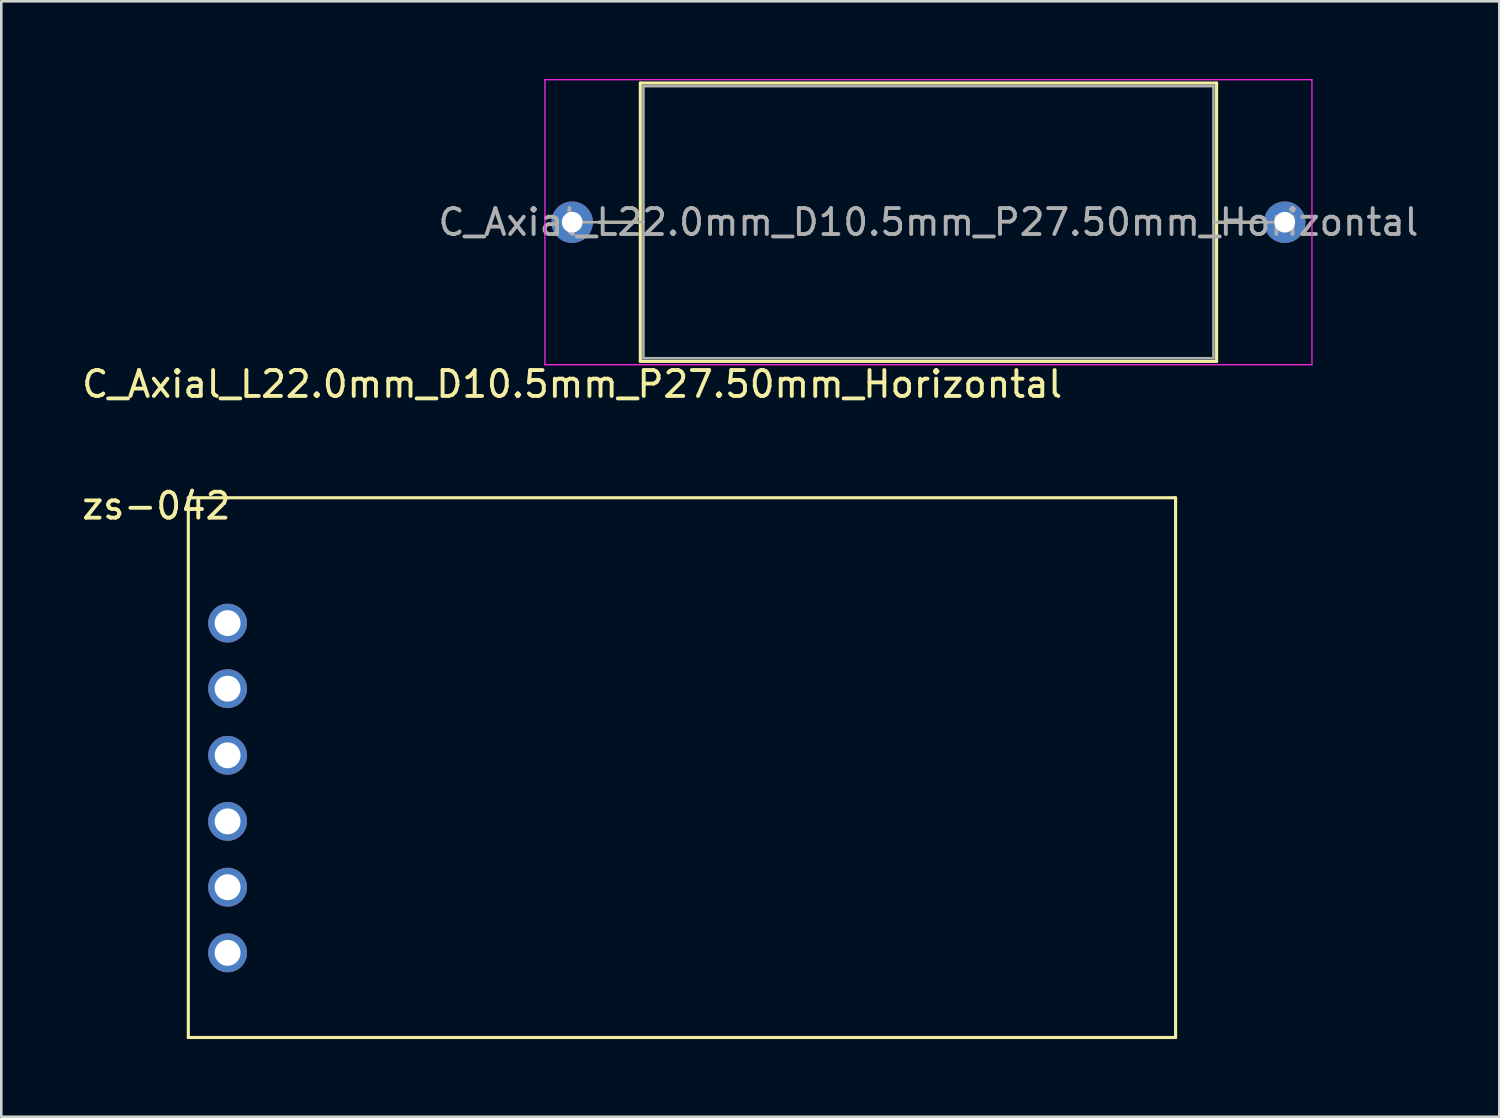
<source format=kicad_pcb>
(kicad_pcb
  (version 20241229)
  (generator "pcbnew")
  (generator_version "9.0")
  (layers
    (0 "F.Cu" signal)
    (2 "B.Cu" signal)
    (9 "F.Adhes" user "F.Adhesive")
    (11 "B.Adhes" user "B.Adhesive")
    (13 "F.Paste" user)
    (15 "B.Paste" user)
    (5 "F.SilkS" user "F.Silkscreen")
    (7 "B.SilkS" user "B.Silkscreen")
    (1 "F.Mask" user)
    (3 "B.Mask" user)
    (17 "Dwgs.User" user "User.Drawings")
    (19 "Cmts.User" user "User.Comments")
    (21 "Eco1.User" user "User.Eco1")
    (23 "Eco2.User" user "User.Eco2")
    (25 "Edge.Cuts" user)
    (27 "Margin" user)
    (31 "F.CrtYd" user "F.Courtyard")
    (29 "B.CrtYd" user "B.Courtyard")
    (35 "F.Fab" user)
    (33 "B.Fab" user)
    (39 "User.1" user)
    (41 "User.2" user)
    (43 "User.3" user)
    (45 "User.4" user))
  (footprint "C_Axial_L22.0mm_D10.5mm_P27.50mm_Horizontal"
    (layer "F.Cu")
    (at 19.03 5.525)
    (property "Reference" "C_Axial_L22.0mm_D10.5mm_P27.50mm_Horizontal" (at 0 6.25 180) (layer "F.SilkS") (effects (font (size 1 1) (thickness 0.15))))
    (attr through_hole)
    (fp_line (start 1.04 0) (end 2.63 0) (stroke (width 0.12) (type solid)) (layer "F.SilkS"))
    (fp_line (start 2.63 -5.37) (end 2.63 5.37) (stroke (width 0.12) (type solid)) (layer "F.SilkS"))
    (fp_line (start 2.63 5.37) (end 24.87 5.37) (stroke (width 0.12) (type solid)) (layer "F.SilkS"))
    (fp_line (start 24.87 -5.37) (end 2.63 -5.37) (stroke (width 0.12) (type solid)) (layer "F.SilkS"))
    (fp_line (start 24.87 5.37) (end 24.87 -5.37) (stroke (width 0.12) (type solid)) (layer "F.SilkS"))
    (fp_line (start 26.46 0) (end 24.87 0) (stroke (width 0.12) (type solid)) (layer "F.SilkS"))
    (fp_line (start -1.05 -5.5) (end -1.05 5.5) (stroke (width 0.05) (type solid)) (layer "F.CrtYd"))
    (fp_line (start -1.05 5.5) (end 28.55 5.5) (stroke (width 0.05) (type solid)) (layer "F.CrtYd"))
    (fp_line (start 28.55 -5.5) (end -1.05 -5.5) (stroke (width 0.05) (type solid)) (layer "F.CrtYd"))
    (fp_line (start 28.55 5.5) (end 28.55 -5.5) (stroke (width 0.05) (type solid)) (layer "F.CrtYd"))
    (fp_line (start 0 0) (end 2.75 0) (stroke (width 0.1) (type solid)) (layer "F.Fab"))
    (fp_line (start 2.75 -5.25) (end 2.75 5.25) (stroke (width 0.1) (type solid)) (layer "F.Fab"))
    (fp_line (start 2.75 5.25) (end 24.75 5.25) (stroke (width 0.1) (type solid)) (layer "F.Fab"))
    (fp_line (start 24.75 -5.25) (end 2.75 -5.25) (stroke (width 0.1) (type solid)) (layer "F.Fab"))
    (fp_line (start 24.75 5.25) (end 24.75 -5.25) (stroke (width 0.1) (type solid)) (layer "F.Fab"))
    (fp_line (start 27.5 0) (end 24.75 0) (stroke (width 0.1) (type solid)) (layer "F.Fab"))
    (fp_text user "${REFERENCE}" (at 13.75 0 180) (layer "F.Fab") (effects (font (size 1 1) (thickness 0.15))))
    (pad "1" thru_hole circle (at 0 0) (size 1.6 1.6) (drill 0.8) (layers "*.Cu" "*.Mask"))
    (pad "2" thru_hole oval (at 27.5 0) (size 1.6 1.6) (drill 0.8) (layers "*.Cu" "*.Mask")))
  (footprint "zs-042"
    (layer "F.Cu")
    (at 4.217 16.16)
    (property "Reference" "zs-042" (at -1.234 0.312 0) (layer "F.SilkS") (effects (font (size 1 1) (thickness 0.15))))
    (attr through_hole)
    (fp_line (start 0 0) (end 0 20.828) (stroke (width 0.12) (type solid)) (layer "F.SilkS"))
    (fp_line (start 0 0) (end 38.1 0) (stroke (width 0.12) (type solid)) (layer "F.SilkS"))
    (fp_line (start 0 20.828) (end 38.1 20.828) (stroke (width 0.12) (type solid)) (layer "F.SilkS"))
    (fp_line (start 38.1 0) (end 38.1 20.828) (stroke (width 0.12) (type solid)) (layer "F.SilkS"))
    (fp_text user "GND" (at 4.064 4.826 0) (layer "Eco1.User") (effects (font (size 1 1) (thickness 0.15))))
    (fp_text user "VCC" (at 4.064 7.366 0) (layer "Eco1.User") (effects (font (size 1 1) (thickness 0.15))))
    (fp_text user "SQW" (at 4.064 14.986 0) (layer "Eco1.User") (effects (font (size 1 1) (thickness 0.15))))
    (fp_text user "SCL" (at 4.064 12.446 0) (layer "Eco1.User") (effects (font (size 1 1) (thickness 0.15))))
    (fp_text user "32K" (at 4.064 17.526 0) (layer "Eco1.User") (effects (font (size 1 1) (thickness 0.15))))
    (fp_text user "SDA" (at 4.064 9.906 0) (layer "Eco1.User") (effects (font (size 1 1) (thickness 0.15))))
    (pad "1" thru_hole circle (at 1.516 17.562) (size 1.501 1.501) (drill 1) (layers "*.Cu" "*.Mask"))
    (pad "2" thru_hole circle (at 1.516 15.028) (size 1.501 1.501) (drill 1) (layers "*.Cu" "*.Mask"))
    (pad "3" thru_hole circle (at 1.516 12.488) (size 1.5 1.5) (drill 1) (layers "*.Cu" "*.Mask"))
    (pad "4" thru_hole circle (at 1.516 9.939) (size 1.5 1.5) (drill 1) (layers "*.Cu" "*.Mask"))
    (pad "5" thru_hole circle (at 1.516 7.366) (size 1.5 1.5) (drill 1) (layers "*.Cu" "*.Mask"))
    (pad "6" thru_hole circle (at 1.516 4.837) (size 1.5 1.5) (drill 1) (layers "*.Cu" "*.Mask")))
  (gr_rect
    (start -3 -3)
    (end 54.81 40.048)
    (stroke (width 0.1) (type default))
    (fill no)
    (layer "Edge.Cuts")))
</source>
